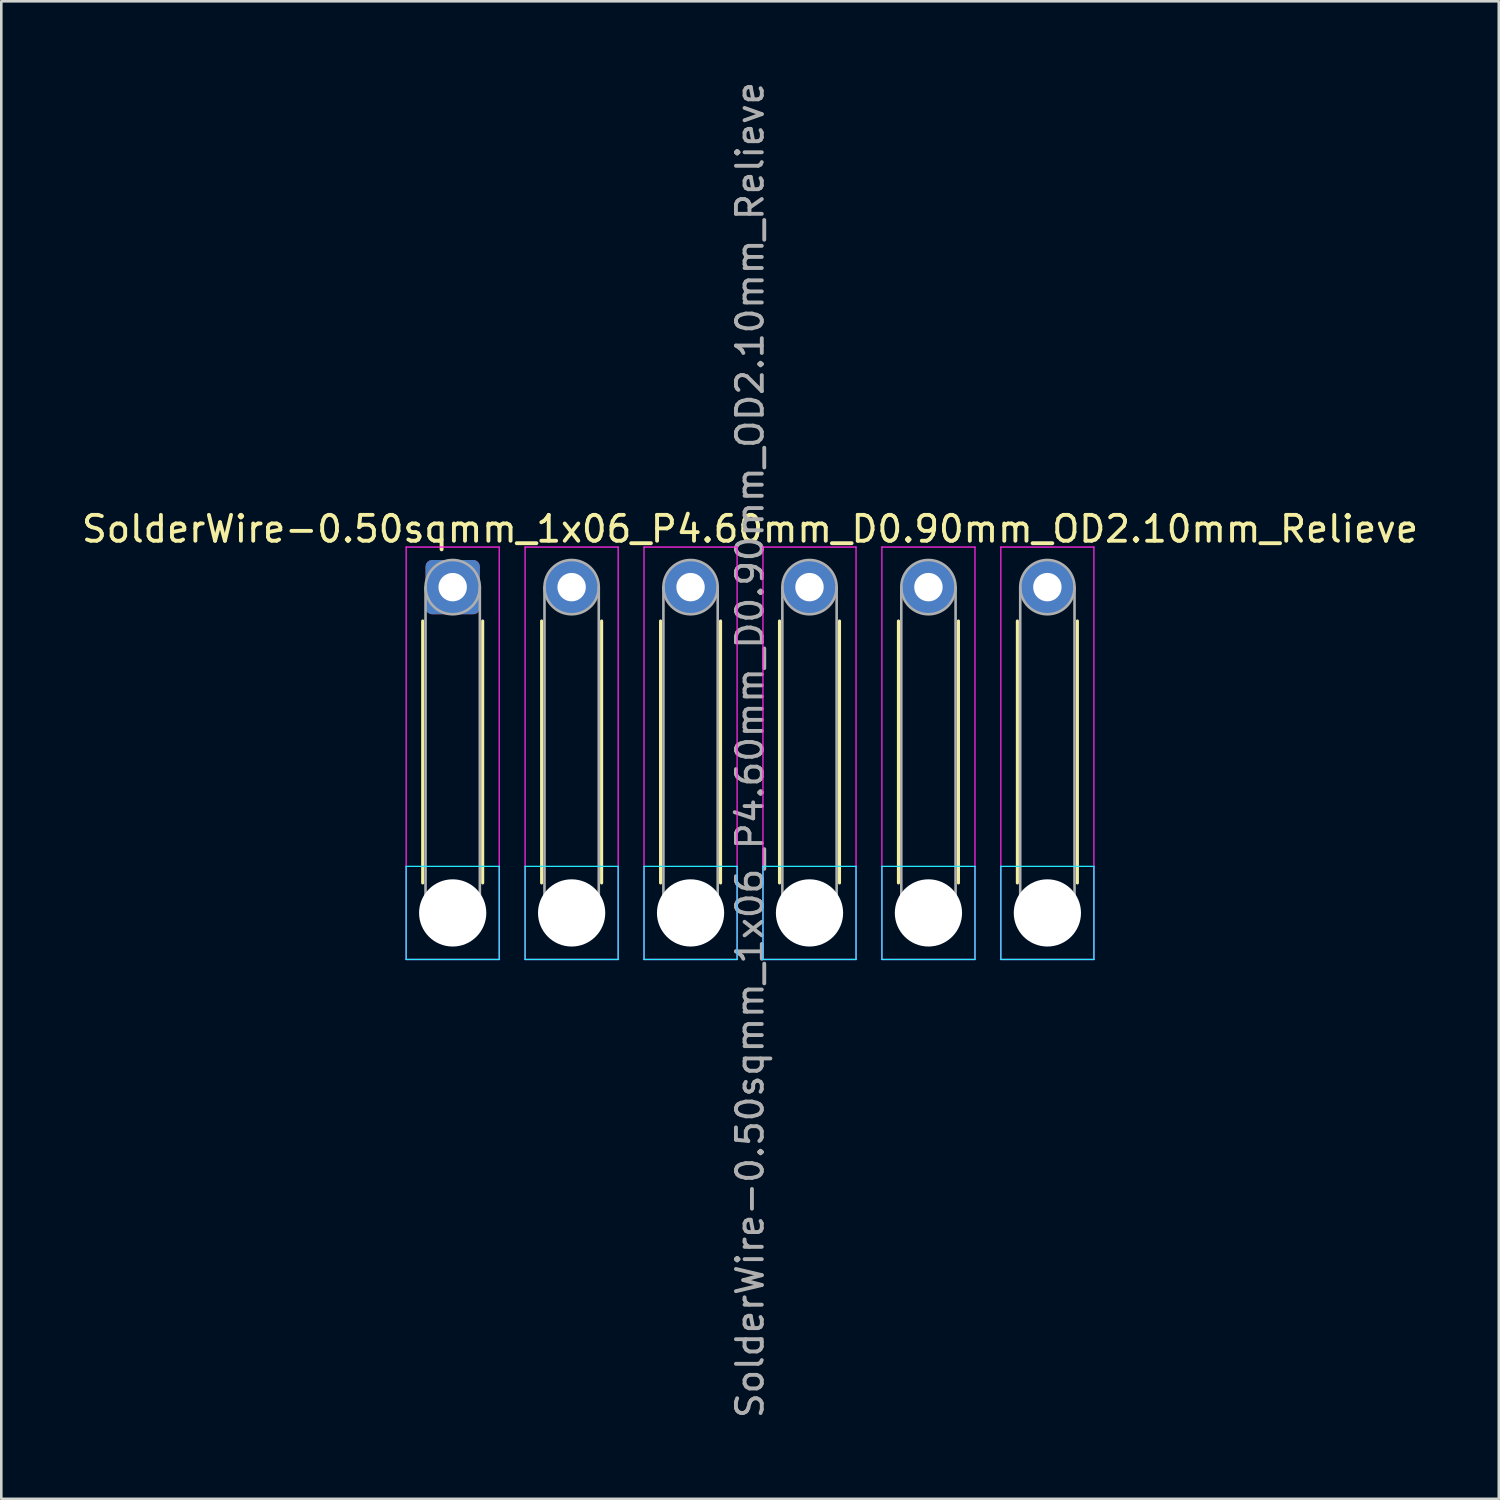
<source format=kicad_pcb>
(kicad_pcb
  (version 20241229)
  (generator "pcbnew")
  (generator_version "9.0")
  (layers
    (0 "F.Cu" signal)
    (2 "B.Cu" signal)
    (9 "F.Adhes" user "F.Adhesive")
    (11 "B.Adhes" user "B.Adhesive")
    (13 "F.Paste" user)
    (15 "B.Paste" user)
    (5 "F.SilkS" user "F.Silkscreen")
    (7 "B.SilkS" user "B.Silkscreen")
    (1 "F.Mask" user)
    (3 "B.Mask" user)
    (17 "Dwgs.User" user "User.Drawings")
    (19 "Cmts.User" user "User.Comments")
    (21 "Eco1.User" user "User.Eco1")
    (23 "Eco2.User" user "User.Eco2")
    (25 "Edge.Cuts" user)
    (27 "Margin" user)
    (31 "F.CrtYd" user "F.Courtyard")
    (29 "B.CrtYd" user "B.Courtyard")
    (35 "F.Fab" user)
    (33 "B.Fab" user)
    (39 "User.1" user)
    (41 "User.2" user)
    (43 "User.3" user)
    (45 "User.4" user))
  (footprint "SolderWire-0.50sqmm_1x06_P4.60mm_D0.90mm_OD2.10mm_Relieve"
    (layer "F.Cu")
    (at 14.458 19.658)
    (property "Reference" "SolderWire-0.50sqmm_1x06_P4.60mm_D0.90mm_OD2.10mm_Relieve" (at 11.5 -2.25 0) (layer "F.SilkS") (effects (font (size 1 1) (thickness 0.15))))
    (attr exclude_from_pos_files exclude_from_bom)
    (fp_line (start -1.16 1.31) (end -1.16 11.44) (stroke (width 0.12) (type solid)) (layer "F.SilkS"))
    (fp_line (start 1.16 1.31) (end 1.16 11.44) (stroke (width 0.12) (type solid)) (layer "F.SilkS"))
    (fp_line (start 3.44 1.31) (end 3.44 11.44) (stroke (width 0.12) (type solid)) (layer "F.SilkS"))
    (fp_line (start 5.76 1.31) (end 5.76 11.44) (stroke (width 0.12) (type solid)) (layer "F.SilkS"))
    (fp_line (start 8.04 1.31) (end 8.04 11.44) (stroke (width 0.12) (type solid)) (layer "F.SilkS"))
    (fp_line (start 10.36 1.31) (end 10.36 11.44) (stroke (width 0.12) (type solid)) (layer "F.SilkS"))
    (fp_line (start 12.64 1.31) (end 12.64 11.44) (stroke (width 0.12) (type solid)) (layer "F.SilkS"))
    (fp_line (start 14.96 1.31) (end 14.96 11.44) (stroke (width 0.12) (type solid)) (layer "F.SilkS"))
    (fp_line (start 17.24 1.31) (end 17.24 11.44) (stroke (width 0.12) (type solid)) (layer "F.SilkS"))
    (fp_line (start 19.56 1.31) (end 19.56 11.44) (stroke (width 0.12) (type solid)) (layer "F.SilkS"))
    (fp_line (start 21.84 1.31) (end 21.84 11.44) (stroke (width 0.12) (type solid)) (layer "F.SilkS"))
    (fp_line (start 24.16 1.31) (end 24.16 11.44) (stroke (width 0.12) (type solid)) (layer "F.SilkS"))
    (fp_line (start -1.8 10.8) (end -1.8 14.4) (stroke (width 0.05) (type solid)) (layer "B.CrtYd"))
    (fp_line (start -1.8 14.4) (end 1.8 14.4) (stroke (width 0.05) (type solid)) (layer "B.CrtYd"))
    (fp_line (start 1.8 10.8) (end -1.8 10.8) (stroke (width 0.05) (type solid)) (layer "B.CrtYd"))
    (fp_line (start 1.8 14.4) (end 1.8 10.8) (stroke (width 0.05) (type solid)) (layer "B.CrtYd"))
    (fp_line (start 2.8 10.8) (end 2.8 14.4) (stroke (width 0.05) (type solid)) (layer "B.CrtYd"))
    (fp_line (start 2.8 14.4) (end 6.4 14.4) (stroke (width 0.05) (type solid)) (layer "B.CrtYd"))
    (fp_line (start 6.4 10.8) (end 2.8 10.8) (stroke (width 0.05) (type solid)) (layer "B.CrtYd"))
    (fp_line (start 6.4 14.4) (end 6.4 10.8) (stroke (width 0.05) (type solid)) (layer "B.CrtYd"))
    (fp_line (start 7.4 10.8) (end 7.4 14.4) (stroke (width 0.05) (type solid)) (layer "B.CrtYd"))
    (fp_line (start 7.4 14.4) (end 11 14.4) (stroke (width 0.05) (type solid)) (layer "B.CrtYd"))
    (fp_line (start 11 10.8) (end 7.4 10.8) (stroke (width 0.05) (type solid)) (layer "B.CrtYd"))
    (fp_line (start 11 14.4) (end 11 10.8) (stroke (width 0.05) (type solid)) (layer "B.CrtYd"))
    (fp_line (start 12 10.8) (end 12 14.4) (stroke (width 0.05) (type solid)) (layer "B.CrtYd"))
    (fp_line (start 12 14.4) (end 15.6 14.4) (stroke (width 0.05) (type solid)) (layer "B.CrtYd"))
    (fp_line (start 15.6 10.8) (end 12 10.8) (stroke (width 0.05) (type solid)) (layer "B.CrtYd"))
    (fp_line (start 15.6 14.4) (end 15.6 10.8) (stroke (width 0.05) (type solid)) (layer "B.CrtYd"))
    (fp_line (start 16.6 10.8) (end 16.6 14.4) (stroke (width 0.05) (type solid)) (layer "B.CrtYd"))
    (fp_line (start 16.6 14.4) (end 20.2 14.4) (stroke (width 0.05) (type solid)) (layer "B.CrtYd"))
    (fp_line (start 20.2 10.8) (end 16.6 10.8) (stroke (width 0.05) (type solid)) (layer "B.CrtYd"))
    (fp_line (start 20.2 14.4) (end 20.2 10.8) (stroke (width 0.05) (type solid)) (layer "B.CrtYd"))
    (fp_line (start 21.2 10.8) (end 21.2 14.4) (stroke (width 0.05) (type solid)) (layer "B.CrtYd"))
    (fp_line (start 21.2 14.4) (end 24.8 14.4) (stroke (width 0.05) (type solid)) (layer "B.CrtYd"))
    (fp_line (start 24.8 10.8) (end 21.2 10.8) (stroke (width 0.05) (type solid)) (layer "B.CrtYd"))
    (fp_line (start 24.8 14.4) (end 24.8 10.8) (stroke (width 0.05) (type solid)) (layer "B.CrtYd"))
    (fp_line (start -1.8 -1.55) (end -1.8 14.4) (stroke (width 0.05) (type solid)) (layer "F.CrtYd"))
    (fp_line (start -1.8 14.4) (end 1.8 14.4) (stroke (width 0.05) (type solid)) (layer "F.CrtYd"))
    (fp_line (start 1.8 -1.55) (end -1.8 -1.55) (stroke (width 0.05) (type solid)) (layer "F.CrtYd"))
    (fp_line (start 1.8 14.4) (end 1.8 -1.55) (stroke (width 0.05) (type solid)) (layer "F.CrtYd"))
    (fp_line (start 2.8 -1.55) (end 2.8 14.4) (stroke (width 0.05) (type solid)) (layer "F.CrtYd"))
    (fp_line (start 2.8 14.4) (end 6.4 14.4) (stroke (width 0.05) (type solid)) (layer "F.CrtYd"))
    (fp_line (start 6.4 -1.55) (end 2.8 -1.55) (stroke (width 0.05) (type solid)) (layer "F.CrtYd"))
    (fp_line (start 6.4 14.4) (end 6.4 -1.55) (stroke (width 0.05) (type solid)) (layer "F.CrtYd"))
    (fp_line (start 7.4 -1.55) (end 7.4 14.4) (stroke (width 0.05) (type solid)) (layer "F.CrtYd"))
    (fp_line (start 7.4 14.4) (end 11 14.4) (stroke (width 0.05) (type solid)) (layer "F.CrtYd"))
    (fp_line (start 11 -1.55) (end 7.4 -1.55) (stroke (width 0.05) (type solid)) (layer "F.CrtYd"))
    (fp_line (start 11 14.4) (end 11 -1.55) (stroke (width 0.05) (type solid)) (layer "F.CrtYd"))
    (fp_line (start 12 -1.55) (end 12 14.4) (stroke (width 0.05) (type solid)) (layer "F.CrtYd"))
    (fp_line (start 12 14.4) (end 15.6 14.4) (stroke (width 0.05) (type solid)) (layer "F.CrtYd"))
    (fp_line (start 15.6 -1.55) (end 12 -1.55) (stroke (width 0.05) (type solid)) (layer "F.CrtYd"))
    (fp_line (start 15.6 14.4) (end 15.6 -1.55) (stroke (width 0.05) (type solid)) (layer "F.CrtYd"))
    (fp_line (start 16.6 -1.55) (end 16.6 14.4) (stroke (width 0.05) (type solid)) (layer "F.CrtYd"))
    (fp_line (start 16.6 14.4) (end 20.2 14.4) (stroke (width 0.05) (type solid)) (layer "F.CrtYd"))
    (fp_line (start 20.2 -1.55) (end 16.6 -1.55) (stroke (width 0.05) (type solid)) (layer "F.CrtYd"))
    (fp_line (start 20.2 14.4) (end 20.2 -1.55) (stroke (width 0.05) (type solid)) (layer "F.CrtYd"))
    (fp_line (start 21.2 -1.55) (end 21.2 14.4) (stroke (width 0.05) (type solid)) (layer "F.CrtYd"))
    (fp_line (start 21.2 14.4) (end 24.8 14.4) (stroke (width 0.05) (type solid)) (layer "F.CrtYd"))
    (fp_line (start 24.8 -1.55) (end 21.2 -1.55) (stroke (width 0.05) (type solid)) (layer "F.CrtYd"))
    (fp_line (start 24.8 14.4) (end 24.8 -1.55) (stroke (width 0.05) (type solid)) (layer "F.CrtYd"))
    (fp_line (start -1.05 0) (end -1.05 12.6) (stroke (width 0.1) (type solid)) (layer "F.Fab"))
    (fp_line (start 1.05 0) (end 1.05 12.6) (stroke (width 0.1) (type solid)) (layer "F.Fab"))
    (fp_line (start 3.55 0) (end 3.55 12.6) (stroke (width 0.1) (type solid)) (layer "F.Fab"))
    (fp_line (start 5.65 0) (end 5.65 12.6) (stroke (width 0.1) (type solid)) (layer "F.Fab"))
    (fp_line (start 8.15 0) (end 8.15 12.6) (stroke (width 0.1) (type solid)) (layer "F.Fab"))
    (fp_line (start 10.25 0) (end 10.25 12.6) (stroke (width 0.1) (type solid)) (layer "F.Fab"))
    (fp_line (start 12.75 0) (end 12.75 12.6) (stroke (width 0.1) (type solid)) (layer "F.Fab"))
    (fp_line (start 14.85 0) (end 14.85 12.6) (stroke (width 0.1) (type solid)) (layer "F.Fab"))
    (fp_line (start 17.35 0) (end 17.35 12.6) (stroke (width 0.1) (type solid)) (layer "F.Fab"))
    (fp_line (start 19.45 0) (end 19.45 12.6) (stroke (width 0.1) (type solid)) (layer "F.Fab"))
    (fp_line (start 21.95 0) (end 21.95 12.6) (stroke (width 0.1) (type solid)) (layer "F.Fab"))
    (fp_line (start 24.05 0) (end 24.05 12.6) (stroke (width 0.1) (type solid)) (layer "F.Fab"))
    (fp_circle (center 0 0) (end 1.05 0) (stroke (width 0.1) (type solid)) (fill no) (layer "F.Fab"))
    (fp_circle (center 0 12.6) (end 1.05 12.6) (stroke (width 0.1) (type solid)) (fill no) (layer "F.Fab"))
    (fp_circle (center 4.6 0) (end 5.65 0) (stroke (width 0.1) (type solid)) (fill no) (layer "F.Fab"))
    (fp_circle (center 4.6 12.6) (end 5.65 12.6) (stroke (width 0.1) (type solid)) (fill no) (layer "F.Fab"))
    (fp_circle (center 9.2 0) (end 10.25 0) (stroke (width 0.1) (type solid)) (fill no) (layer "F.Fab"))
    (fp_circle (center 9.2 12.6) (end 10.25 12.6) (stroke (width 0.1) (type solid)) (fill no) (layer "F.Fab"))
    (fp_circle (center 13.8 0) (end 14.85 0) (stroke (width 0.1) (type solid)) (fill no) (layer "F.Fab"))
    (fp_circle (center 13.8 12.6) (end 14.85 12.6) (stroke (width 0.1) (type solid)) (fill no) (layer "F.Fab"))
    (fp_circle (center 18.4 0) (end 19.45 0) (stroke (width 0.1) (type solid)) (fill no) (layer "F.Fab"))
    (fp_circle (center 18.4 12.6) (end 19.45 12.6) (stroke (width 0.1) (type solid)) (fill no) (layer "F.Fab"))
    (fp_circle (center 23 0) (end 24.05 0) (stroke (width 0.1) (type solid)) (fill no) (layer "F.Fab"))
    (fp_circle (center 23 12.6) (end 24.05 12.6) (stroke (width 0.1) (type solid)) (fill no) (layer "F.Fab"))
    (fp_text user "${REFERENCE}" (at 11.5 6.3 90) (layer "F.Fab") (effects (font (size 1 1) (thickness 0.15))))
    (pad "" np_thru_hole circle (at 0 12.6) (size 2.6 2.6) (drill 2.6) (layers "*.Cu" "*.Mask"))
    (pad "" np_thru_hole circle (at 4.6 12.6) (size 2.6 2.6) (drill 2.6) (layers "*.Cu" "*.Mask"))
    (pad "" np_thru_hole circle (at 9.2 12.6) (size 2.6 2.6) (drill 2.6) (layers "*.Cu" "*.Mask"))
    (pad "" np_thru_hole circle (at 13.8 12.6) (size 2.6 2.6) (drill 2.6) (layers "*.Cu" "*.Mask"))
    (pad "" np_thru_hole circle (at 18.4 12.6) (size 2.6 2.6) (drill 2.6) (layers "*.Cu" "*.Mask"))
    (pad "" np_thru_hole circle (at 23 12.6) (size 2.6 2.6) (drill 2.6) (layers "*.Cu" "*.Mask"))
    (pad "1" thru_hole roundrect (at 0 0) (size 2.1 2.1) (drill 1.1) (layers "*.Cu" "*.Mask") (roundrect_rratio 0.119))
    (pad "2" thru_hole circle (at 4.6 0) (size 2.1 2.1) (drill 1.1) (layers "*.Cu" "*.Mask"))
    (pad "3" thru_hole circle (at 9.2 0) (size 2.1 2.1) (drill 1.1) (layers "*.Cu" "*.Mask"))
    (pad "4" thru_hole circle (at 13.8 0) (size 2.1 2.1) (drill 1.1) (layers "*.Cu" "*.Mask"))
    (pad "5" thru_hole circle (at 18.4 0) (size 2.1 2.1) (drill 1.1) (layers "*.Cu" "*.Mask"))
    (pad "6" thru_hole circle (at 23 0) (size 2.1 2.1) (drill 1.1) (layers "*.Cu" "*.Mask")))
  (gr_rect
    (start -3 -3)
    (end 54.917 54.917)
    (stroke (width 0.1) (type default))
    (fill no)
    (layer "Edge.Cuts")))
</source>
